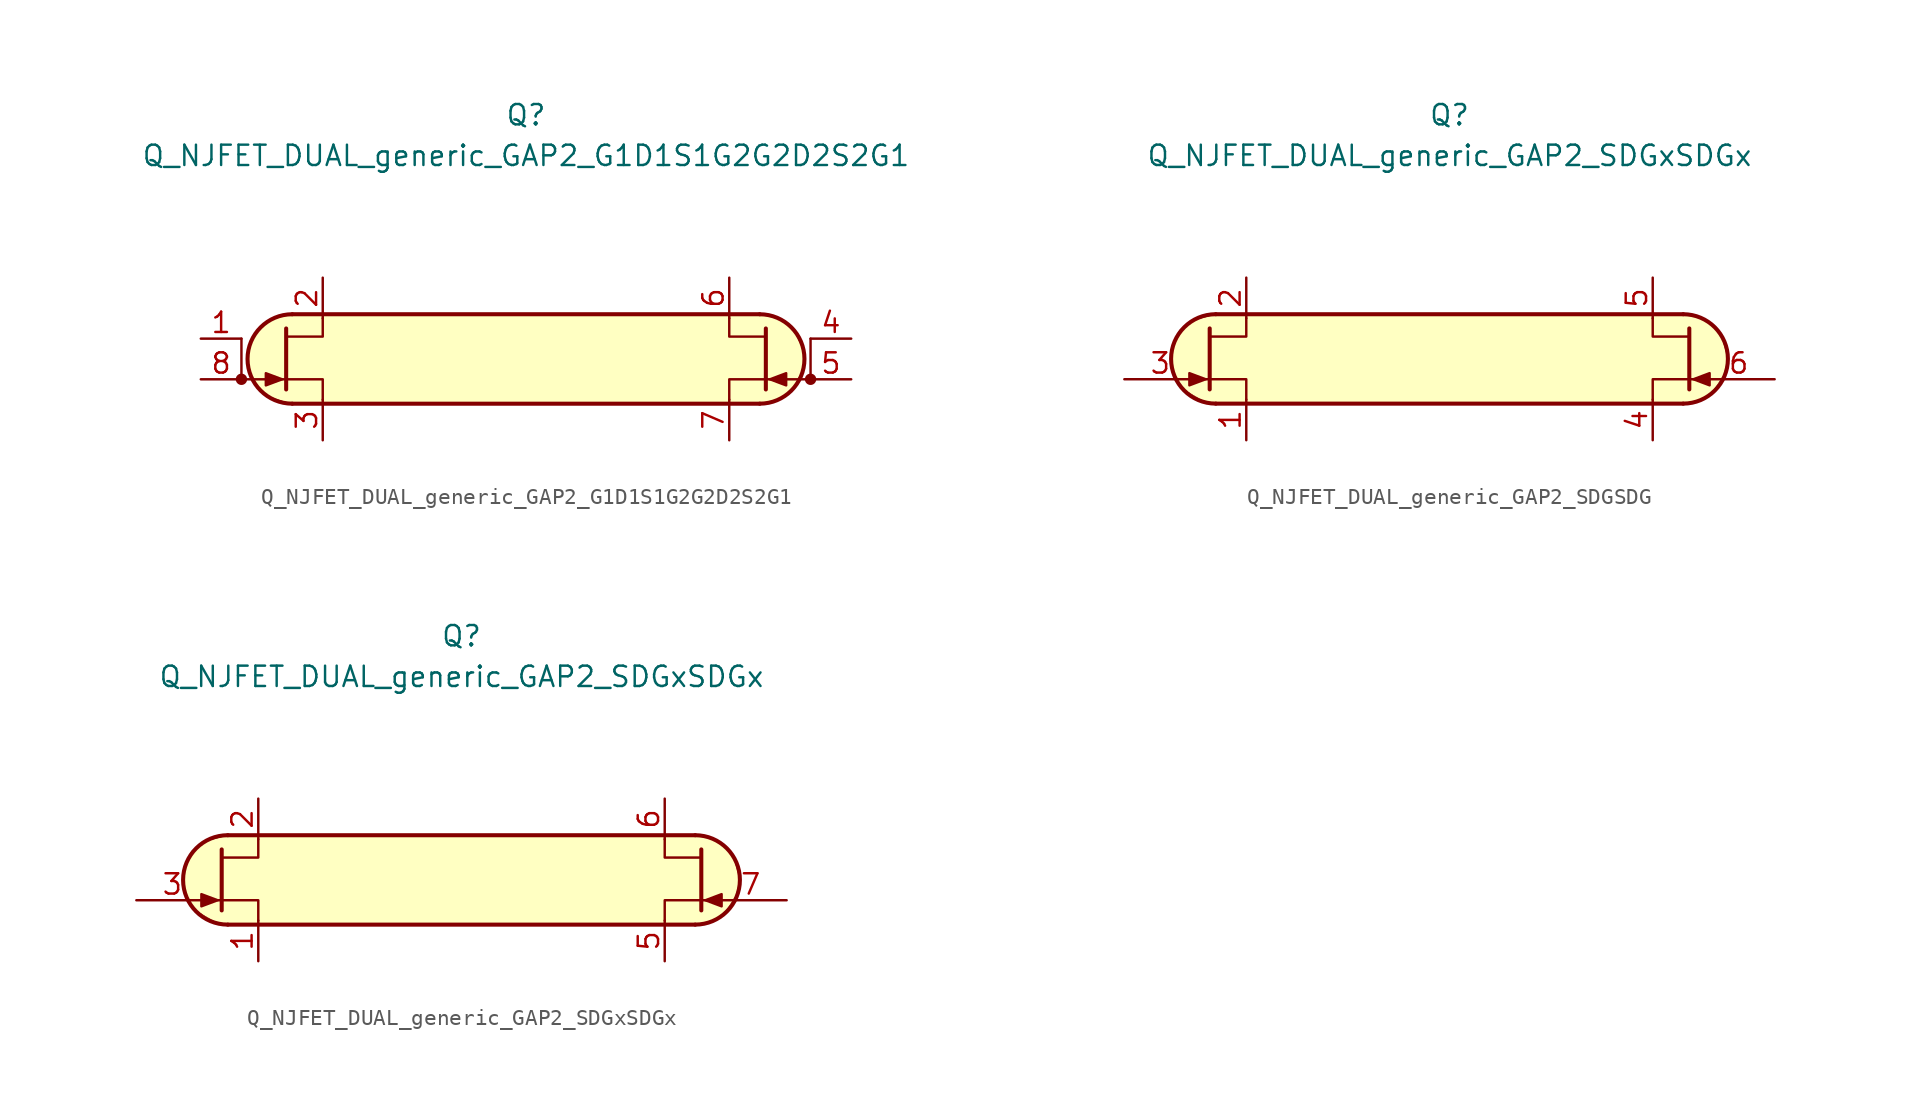
<source format=kicad_sym>
(kicad_symbol_lib
  (version 20231120)
  (generator "kicad_symbol_editor")
  (generator_version "8.0")
  (symbol "Q_NJFET_DUAL_generic_GAP2_G1D1S1G2G2D2S2G1"
    (pin_names
      (offset 1.016) hide)
    (property "Reference" "Q"
      (at 0 15.24 0)
      (effects (font (size 1.27 1.27))))
    (property "Value" "Q_NJFET_DUAL_generic_GAP2_G1D1S1G2G2D2S2G1"
      (at 0 12.7 0)
      (effects (font (size 1.27 1.27))))
    (symbol "Q_NJFET_DUAL_generic_GAP2_G1D1S1G2G2D2S2G1_0_1"
      (arc (start -14.605 2.794) (mid -17.3869 0) (end -14.605 -2.794) (stroke (width 0.254) (type default)) (fill (type background)))
      (polyline (pts (xy -14.605 -2.794) (xy 14.605 -2.794)) (stroke (width 0.254) (type default)) (fill (type none)))
      (polyline (pts (xy 14.605 2.794) (xy -14.605 2.794)) (stroke (width 0.254) (type default)) (fill (type none)))
      (polyline (pts (xy 14.478 -2.794) (xy 15.621 -2.667) (xy 16.637 -1.905) (xy 17.272 -0.762) (xy 17.399 0.381) (xy 16.764 1.778) (xy 15.621 2.667) (xy 14.351 2.794) (xy -14.859 2.794) (xy -16.002 2.413) (xy -16.764 1.778) (xy -17.272 0.889) (xy -17.399 -0.381) (xy -17.018 -1.397) (xy -16.256 -2.286) (xy -14.732 -2.794) (xy 14.605 -2.794)) (stroke (width 0.025) (type default)) (fill (type background))))
    (symbol "Q_NJFET_DUAL_generic_GAP2_G1D1S1G2G2D2S2G1_1_1"
      (circle (center -17.78 -1.27) (radius 0.279) (stroke (width 0) (type default)) (fill (type outline)))
      (polyline (pts (xy -17.78 -1.27) (xy -14.986 -1.27)) (stroke (width 0) (type default)) (fill (type none)))
      (polyline (pts (xy -17.78 1.27) (xy -17.78 -1.27)) (stroke (width 0) (type default)) (fill (type none)))
      (polyline (pts (xy 17.78 -1.27) (xy 14.986 -1.27)) (stroke (width 0) (type default)) (fill (type none)))
      (polyline (pts (xy 17.78 1.27) (xy 17.78 -1.27)) (stroke (width 0) (type default)) (fill (type none)))
      (polyline (pts (xy -14.986 1.905) (xy -14.986 -1.905) (xy -14.986 -1.905)) (stroke (width 0.254) (type default)) (fill (type none)))
      (polyline (pts (xy -12.7 -2.54) (xy -12.7 -1.27) (xy -14.986 -1.27)) (stroke (width 0) (type default)) (fill (type none)))
      (polyline (pts (xy -12.7 2.54) (xy -12.7 1.397) (xy -14.986 1.397)) (stroke (width 0) (type default)) (fill (type none)))
      (polyline (pts (xy 12.7 -2.54) (xy 12.7 -1.27) (xy 14.986 -1.27)) (stroke (width 0) (type default)) (fill (type none)))
      (polyline (pts (xy 12.7 2.54) (xy 12.7 1.397) (xy 14.986 1.397)) (stroke (width 0) (type default)) (fill (type none)))
      (polyline (pts (xy 14.986 1.905) (xy 14.986 -1.905) (xy 14.986 -1.905)) (stroke (width 0.254) (type default)) (fill (type none)))
      (polyline (pts (xy -15.24 -1.27) (xy -16.256 -0.889) (xy -16.256 -1.651) (xy -15.24 -1.27)) (stroke (width 0) (type default)) (fill (type outline)))
      (polyline (pts (xy 15.24 -1.27) (xy 16.256 -0.889) (xy 16.256 -1.651) (xy 15.24 -1.27)) (stroke (width 0) (type default)) (fill (type outline)))
      (arc (start 14.605 -2.794) (mid 17.3869 0) (end 14.605 2.794) (stroke (width 0.254) (type default)) (fill (type none)))
      (circle (center 17.78 -1.27) (radius 0.279) (stroke (width 0) (type default)) (fill (type outline)))
      (pin input line (at -20.32 1.27 0) (length 2.54) (name "G1" (effects (font (size 1.27 1.27)))) (number "1" (effects (font (size 1.27 1.27)))))
      (pin passive line (at -12.7 5.08 270) (length 2.54) (name "D1" (effects (font (size 1.27 1.27)))) (number "2" (effects (font (size 1.27 1.27)))))
      (pin passive line (at -12.7 -5.08 90) (length 2.54) (name "S1" (effects (font (size 1.27 1.27)))) (number "3" (effects (font (size 1.27 1.27)))))
      (pin input line (at 20.32 1.27 180) (length 2.54) (name "G2" (effects (font (size 1.27 1.27)))) (number "4" (effects (font (size 1.27 1.27)))))
      (pin input line (at 20.32 -1.27 180) (length 2.54) (name "G2" (effects (font (size 1.27 1.27)))) (number "5" (effects (font (size 1.27 1.27)))))
      (pin passive line (at 12.7 5.08 270) (length 2.54) (name "D2" (effects (font (size 1.27 1.27)))) (number "6" (effects (font (size 1.27 1.27)))))
      (pin passive line (at 12.7 -5.08 90) (length 2.54) (name "S2" (effects (font (size 1.27 1.27)))) (number "7" (effects (font (size 1.27 1.27)))))
      (pin input line (at -20.32 -1.27 0) (length 2.54) (name "G1" (effects (font (size 1.27 1.27)))) (number "8" (effects (font (size 1.27 1.27)))))))
  (symbol "Q_NJFET_DUAL_generic_GAP2_SDGSDG"
    (pin_names
      (offset 1.016) hide)
    (property "Reference" "Q"
      (at 0 15.24 0)
      (effects (font (size 1.27 1.27))))
    (property "Value" "Q_NJFET_DUAL_generic_GAP2_SDGxSDGx"
      (at 0 12.7 0)
      (effects (font (size 1.27 1.27))))
    (symbol "Q_NJFET_DUAL_generic_GAP2_SDGSDG_0_1"
      (arc (start -14.605 2.794) (mid -17.3869 0) (end -14.605 -2.794) (stroke (width 0.254) (type default)) (fill (type background)))
      (polyline (pts (xy -15.24 -1.27) (xy -14.986 -1.27)) (stroke (width 0) (type default)) (fill (type none)))
      (polyline (pts (xy -14.605 -2.794) (xy 14.605 -2.794)) (stroke (width 0.254) (type default)) (fill (type none)))
      (polyline (pts (xy 14.605 2.794) (xy -14.605 2.794)) (stroke (width 0.254) (type default)) (fill (type none)))
      (polyline (pts (xy 15.748 -1.27) (xy 14.986 -1.27)) (stroke (width 0) (type default)) (fill (type none)))
      (polyline (pts (xy 14.605 2.794) (xy -14.605 2.794) (xy -16.002 2.413) (xy -16.891 1.778) (xy -17.399 0.381) (xy -17.272 -0.889) (xy -16.637 -1.905) (xy -15.113 -2.794) (xy 15.113 -2.794) (xy 16.383 -2.159) (xy 17.145 -1.016) (xy 17.399 0) (xy 17.018 1.397) (xy 16.256 2.286) (xy 15.113 2.794) (xy 14.605 2.794)) (stroke (width 0.025) (type default)) (fill (type background))))
    (symbol "Q_NJFET_DUAL_generic_GAP2_SDGSDG_1_1"
      (polyline (pts (xy -14.986 1.905) (xy -14.986 -1.905) (xy -14.986 -1.905)) (stroke (width 0.254) (type default)) (fill (type none)))
      (polyline (pts (xy -12.7 -2.54) (xy -12.7 -1.27) (xy -14.986 -1.27)) (stroke (width 0) (type default)) (fill (type none)))
      (polyline (pts (xy -12.7 2.54) (xy -12.7 1.397) (xy -14.986 1.397)) (stroke (width 0) (type default)) (fill (type none)))
      (polyline (pts (xy 12.7 -2.54) (xy 12.7 -1.27) (xy 14.986 -1.27)) (stroke (width 0) (type default)) (fill (type none)))
      (polyline (pts (xy 12.7 2.54) (xy 12.7 1.397) (xy 14.986 1.397)) (stroke (width 0) (type default)) (fill (type none)))
      (polyline (pts (xy 14.986 1.905) (xy 14.986 -1.905) (xy 14.986 -1.905)) (stroke (width 0.254) (type default)) (fill (type none)))
      (polyline (pts (xy -15.24 -1.27) (xy -16.256 -0.889) (xy -16.256 -1.651) (xy -15.24 -1.27)) (stroke (width 0) (type default)) (fill (type outline)))
      (polyline (pts (xy 15.24 -1.27) (xy 16.256 -0.889) (xy 16.256 -1.651) (xy 15.24 -1.27)) (stroke (width 0) (type default)) (fill (type outline)))
      (arc (start 14.605 -2.794) (mid 17.3869 0) (end 14.605 2.794) (stroke (width 0.254) (type default)) (fill (type none)))
      (pin passive line (at -12.7 -5.08 90) (length 2.54) (name "S1" (effects (font (size 1.27 1.27)))) (number "1" (effects (font (size 1.27 1.27)))))
      (pin passive line (at -12.7 5.08 270) (length 2.54) (name "D1" (effects (font (size 1.27 1.27)))) (number "2" (effects (font (size 1.27 1.27)))))
      (pin input line (at -20.32 -1.27 0) (length 4.496) (name "G1" (effects (font (size 1.27 1.27)))) (number "3" (effects (font (size 1.27 1.27)))))
      (pin passive line (at 12.7 -5.08 90) (length 2.54) (name "S2" (effects (font (size 1.27 1.27)))) (number "4" (effects (font (size 1.27 1.27)))))
      (pin passive line (at 12.7 5.08 270) (length 2.54) (name "D2" (effects (font (size 1.27 1.27)))) (number "5" (effects (font (size 1.27 1.27)))))
      (pin input line (at 20.32 -1.27 180) (length 4.496) (name "G2" (effects (font (size 1.27 1.27)))) (number "6" (effects (font (size 1.27 1.27)))))))
  (symbol "Q_NJFET_DUAL_generic_GAP2_SDGxSDGx"
    (pin_names
      (offset 1.016) hide)
    (property "Reference" "Q"
      (at 0 15.24 0)
      (effects (font (size 1.27 1.27))))
    (property "Value" "Q_NJFET_DUAL_generic_GAP2_SDGxSDGx"
      (at 0 12.7 0)
      (effects (font (size 1.27 1.27))))
    (symbol "Q_NJFET_DUAL_generic_GAP2_SDGxSDGx_0_1"
      (arc (start -14.605 2.794) (mid -17.3869 0) (end -14.605 -2.794) (stroke (width 0.254) (type default)) (fill (type background)))
      (polyline (pts (xy -15.24 -1.27) (xy -14.986 -1.27)) (stroke (width 0) (type default)) (fill (type none)))
      (polyline (pts (xy -14.605 -2.794) (xy 14.605 -2.794)) (stroke (width 0.254) (type default)) (fill (type none)))
      (polyline (pts (xy 14.605 2.794) (xy -14.605 2.794)) (stroke (width 0.254) (type default)) (fill (type none)))
      (polyline (pts (xy 15.748 -1.27) (xy 14.986 -1.27)) (stroke (width 0) (type default)) (fill (type none)))
      (polyline (pts (xy 14.605 2.794) (xy -14.605 2.794) (xy -16.002 2.413) (xy -16.891 1.778) (xy -17.399 0.381) (xy -17.272 -0.889) (xy -16.637 -1.905) (xy -15.113 -2.794) (xy 15.113 -2.794) (xy 16.383 -2.159) (xy 17.145 -1.016) (xy 17.399 0) (xy 17.018 1.397) (xy 16.256 2.286) (xy 15.113 2.794) (xy 14.605 2.794)) (stroke (width 0.025) (type default)) (fill (type background))))
    (symbol "Q_NJFET_DUAL_generic_GAP2_SDGxSDGx_1_1"
      (polyline (pts (xy -14.986 1.905) (xy -14.986 -1.905) (xy -14.986 -1.905)) (stroke (width 0.254) (type default)) (fill (type none)))
      (polyline (pts (xy -12.7 -2.54) (xy -12.7 -1.27) (xy -14.986 -1.27)) (stroke (width 0) (type default)) (fill (type none)))
      (polyline (pts (xy -12.7 2.54) (xy -12.7 1.397) (xy -14.986 1.397)) (stroke (width 0) (type default)) (fill (type none)))
      (polyline (pts (xy 12.7 -2.54) (xy 12.7 -1.27) (xy 14.986 -1.27)) (stroke (width 0) (type default)) (fill (type none)))
      (polyline (pts (xy 12.7 2.54) (xy 12.7 1.397) (xy 14.986 1.397)) (stroke (width 0) (type default)) (fill (type none)))
      (polyline (pts (xy 14.986 1.905) (xy 14.986 -1.905) (xy 14.986 -1.905)) (stroke (width 0.254) (type default)) (fill (type none)))
      (polyline (pts (xy -15.24 -1.27) (xy -16.256 -0.889) (xy -16.256 -1.651) (xy -15.24 -1.27)) (stroke (width 0) (type default)) (fill (type outline)))
      (polyline (pts (xy 15.24 -1.27) (xy 16.256 -0.889) (xy 16.256 -1.651) (xy 15.24 -1.27)) (stroke (width 0) (type default)) (fill (type outline)))
      (arc (start 14.605 -2.794) (mid 17.3869 0) (end 14.605 2.794) (stroke (width 0.254) (type default)) (fill (type none)))
      (pin passive line (at -12.7 -5.08 90) (length 2.54) (name "S1" (effects (font (size 1.27 1.27)))) (number "1" (effects (font (size 1.27 1.27)))))
      (pin passive line (at -12.7 5.08 270) (length 2.54) (name "D1" (effects (font (size 1.27 1.27)))) (number "2" (effects (font (size 1.27 1.27)))))
      (pin input line (at -20.32 -1.27 0) (length 4.496) (name "G1" (effects (font (size 1.27 1.27)))) (number "3" (effects (font (size 1.27 1.27)))))
      (pin free line (at 0 1.27 180) (length 2.54) hide (name "NC" (effects (font (size 1.27 1.27)))) (number "4" (effects (font (size 1.27 1.27)))))
      (pin passive line (at 12.7 -5.08 90) (length 2.54) (name "S2" (effects (font (size 1.27 1.27)))) (number "5" (effects (font (size 1.27 1.27)))))
      (pin passive line (at 12.7 5.08 270) (length 2.54) (name "D2" (effects (font (size 1.27 1.27)))) (number "6" (effects (font (size 1.27 1.27)))))
      (pin input line (at 20.32 -1.27 180) (length 4.496) (name "G2" (effects (font (size 1.27 1.27)))) (number "7" (effects (font (size 1.27 1.27)))))
      (pin free line (at 0 -1.27 180) (length 2.54) hide (name "NC" (effects (font (size 1.27 1.27)))) (number "8" (effects (font (size 1.27 1.27))))))))
</source>
